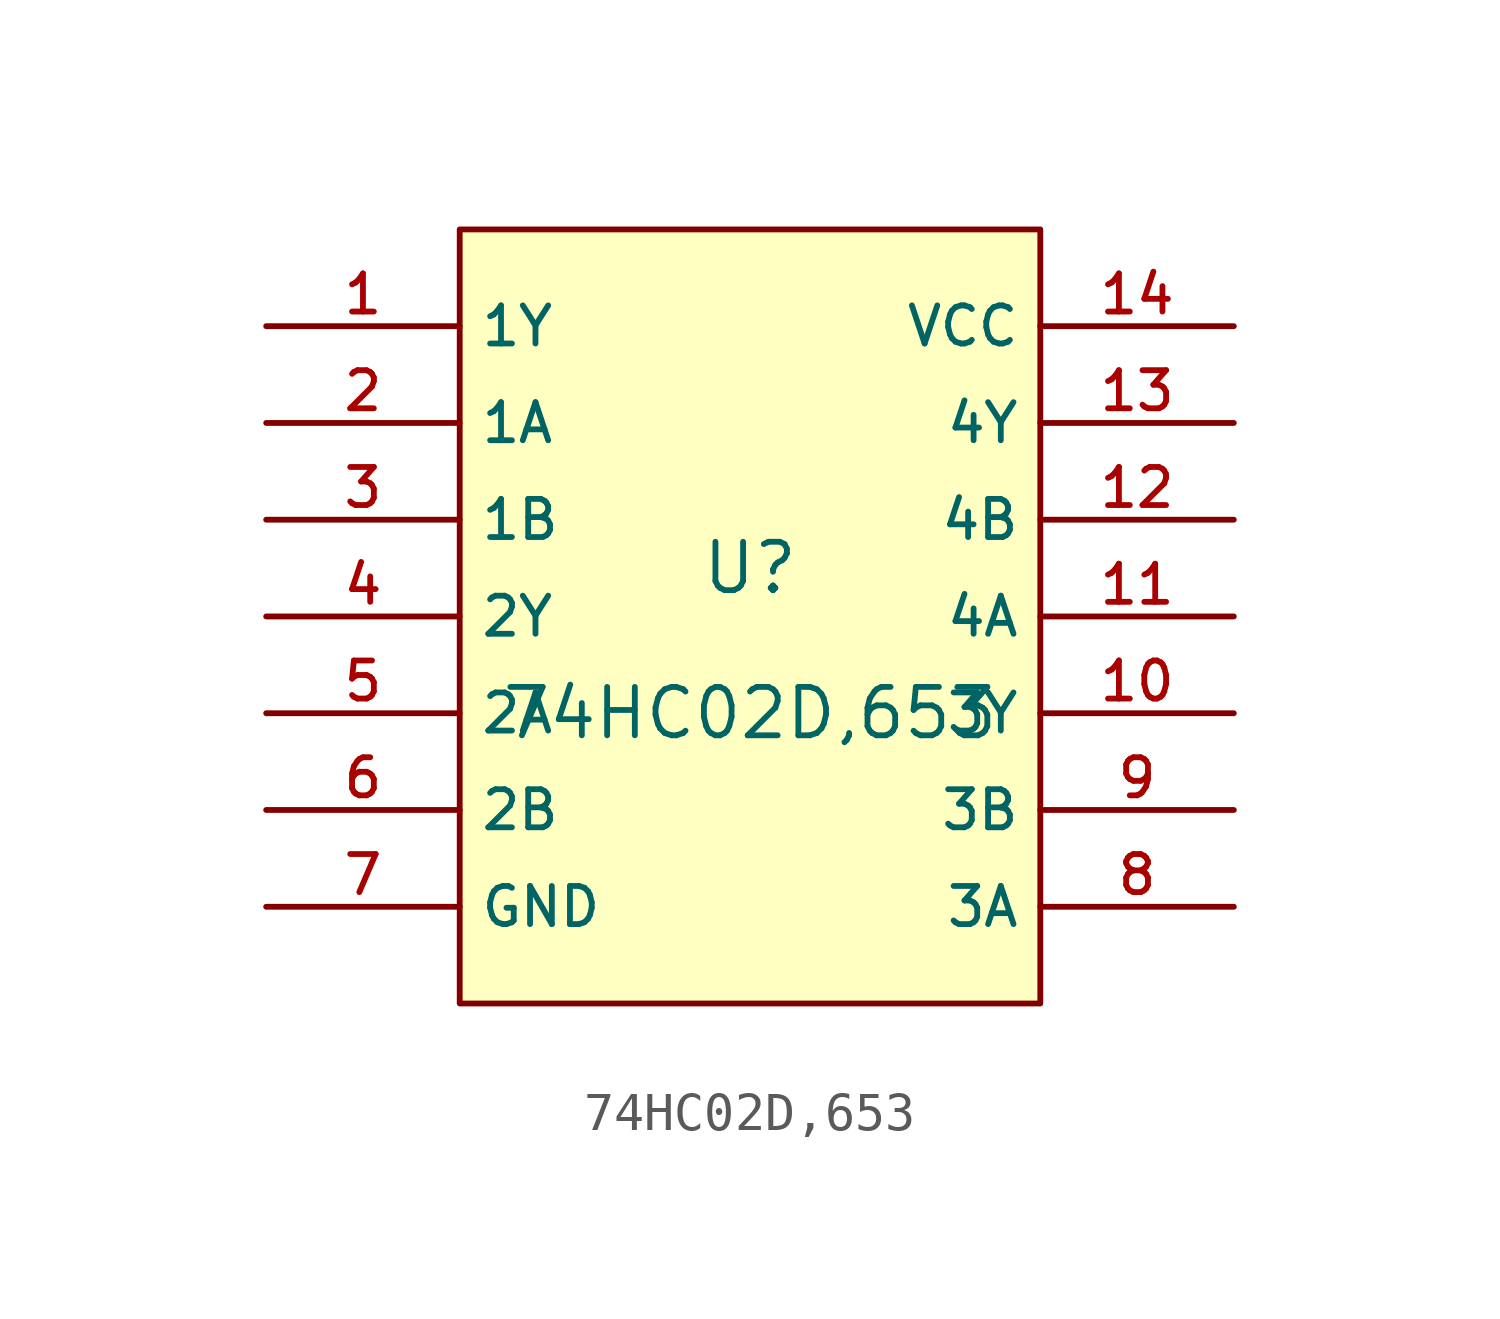
<source format=kicad_sym>
(kicad_symbol_lib
  (version 20210201)
  (generator TousstNicolas/JLC2KiCad_lib)
  (symbol "74HC02D,653"
    (property "Reference" "U"
      (at 0 1.27 0)
      (effects (font (size 1.27 1.27))))
    (property "Value" "74HC02D,653"
      (at 0 -2.54 0)
      (effects (font (size 1.27 1.27))))
    (symbol "74HC02D,653_0_1"
      (pin unspecified line (at -12.7 7.62 0) (length 5.08) (name "1Y" (effects (font (size 1 1)))) (number "1" (effects (font (size 1 1)))))
      (pin unspecified line (at -12.7 5.08 0) (length 5.08) (name "1A" (effects (font (size 1 1)))) (number "2" (effects (font (size 1 1)))))
      (pin unspecified line (at -12.7 2.54 0) (length 5.08) (name "1B" (effects (font (size 1 1)))) (number "3" (effects (font (size 1 1)))))
      (pin unspecified line (at -12.7 -0.0 0) (length 5.08) (name "2Y" (effects (font (size 1 1)))) (number "4" (effects (font (size 1 1)))))
      (pin unspecified line (at -12.7 -2.54 0) (length 5.08) (name "2A" (effects (font (size 1 1)))) (number "5" (effects (font (size 1 1)))))
      (pin unspecified line (at -12.7 -5.08 0) (length 5.08) (name "2B" (effects (font (size 1 1)))) (number "6" (effects (font (size 1 1)))))
      (pin unspecified line (at -12.7 -7.62 0) (length 5.08) (name "GND" (effects (font (size 1 1)))) (number "7" (effects (font (size 1 1)))))
      (pin unspecified line (at 12.7 -7.62 180) (length 5.08) (name "3A" (effects (font (size 1 1)))) (number "8" (effects (font (size 1 1)))))
      (pin unspecified line (at 12.7 -5.08 180) (length 5.08) (name "3B" (effects (font (size 1 1)))) (number "9" (effects (font (size 1 1)))))
      (pin unspecified line (at 12.7 -2.54 180) (length 5.08) (name "3Y" (effects (font (size 1 1)))) (number "10" (effects (font (size 1 1)))))
      (pin unspecified line (at 12.7 -0.0 180) (length 5.08) (name "4A" (effects (font (size 1 1)))) (number "11" (effects (font (size 1 1)))))
      (pin unspecified line (at 12.7 2.54 180) (length 5.08) (name "4B" (effects (font (size 1 1)))) (number "12" (effects (font (size 1 1)))))
      (pin unspecified line (at 12.7 5.08 180) (length 5.08) (name "4Y" (effects (font (size 1 1)))) (number "13" (effects (font (size 1 1)))))
      (pin unspecified line (at 12.7 7.62 180) (length 5.08) (name "VCC" (effects (font (size 1 1)))) (number "14" (effects (font (size 1 1)))))
      (rectangle (start -7.62 10.16) (end 7.62 -10.16) (stroke (width 0) (type default) (color 0 0 0 0)) (fill (type background))))))
</source>
